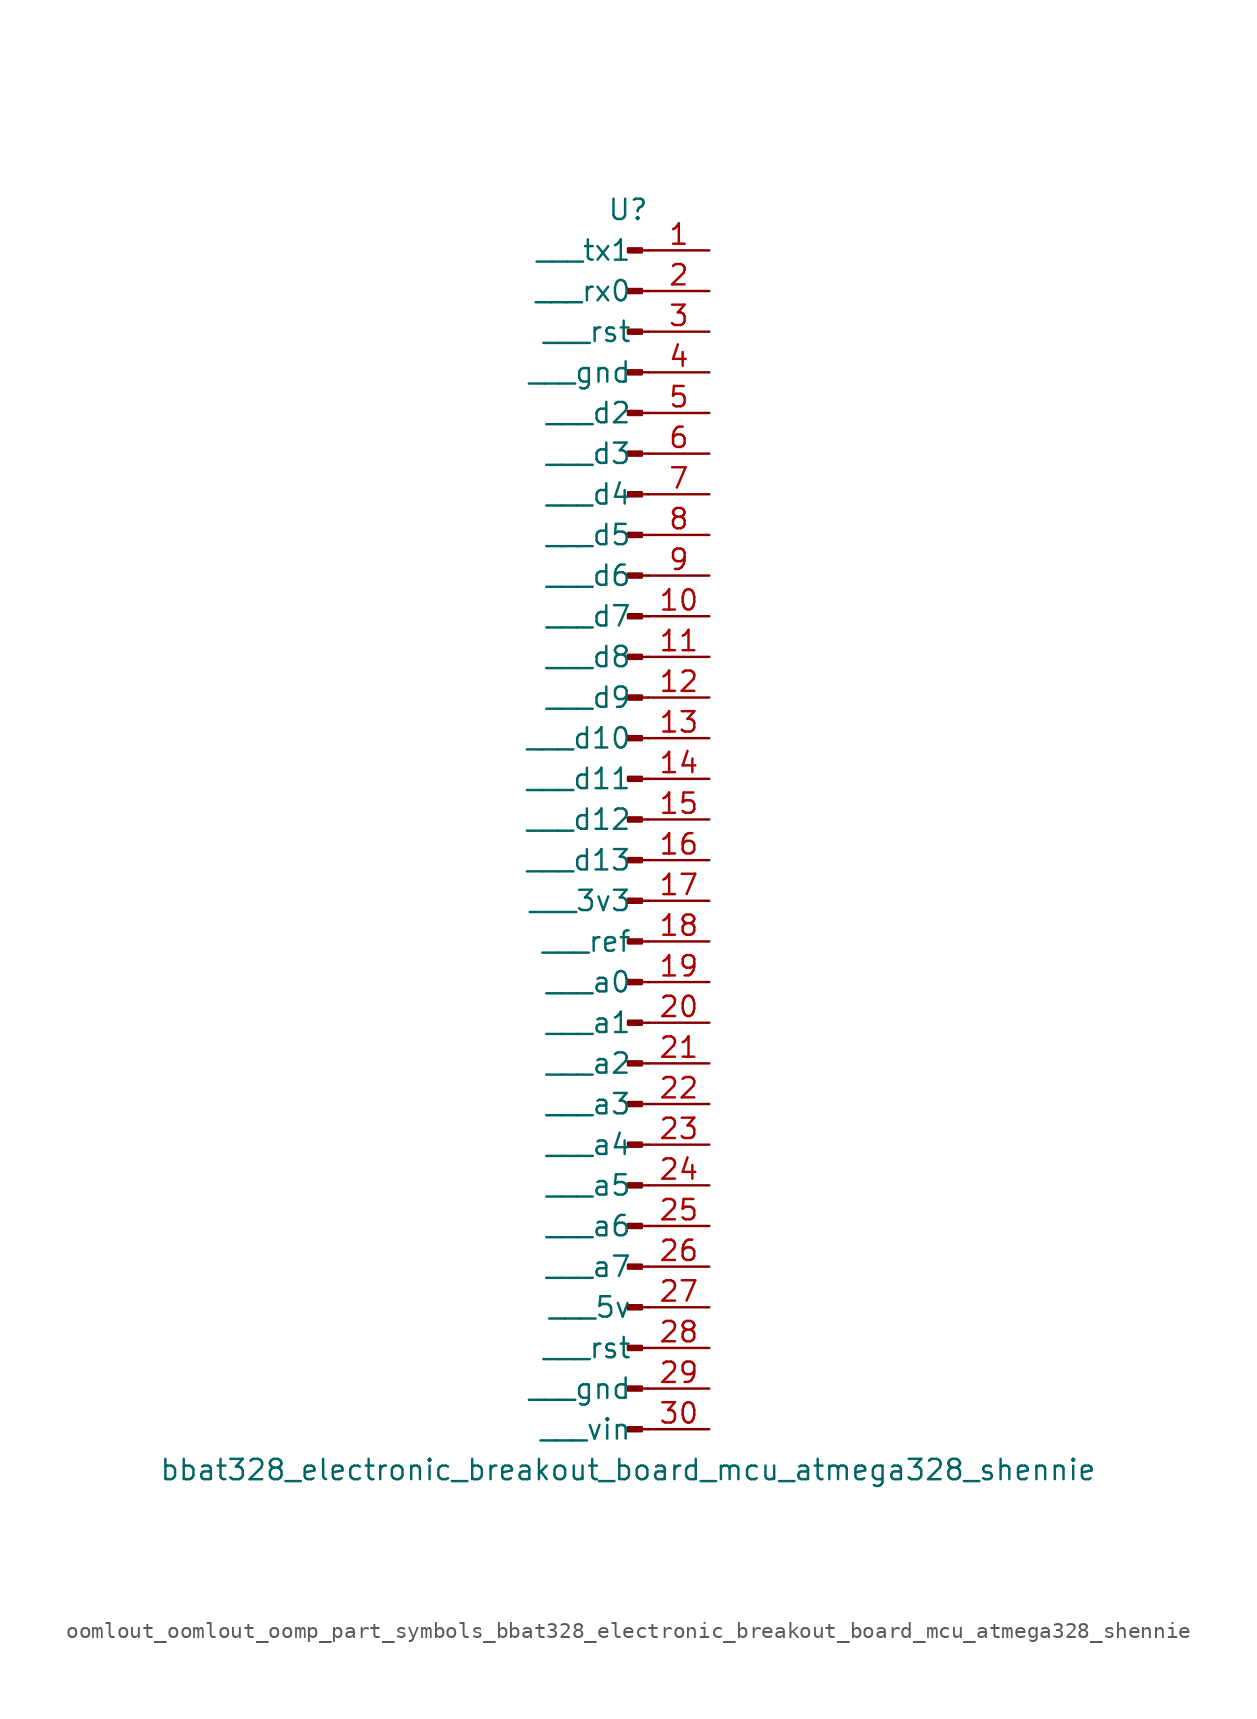
<source format=kicad_sym>
(kicad_symbol_lib
  (version 20220914)
  (generator kicad_symbol_editor)
  (symbol "oomlout_oomlout_oomp_part_symbols_bbat328_electronic_breakout_board_mcu_atmega328_shennie"
    (pin_names
      (offset 1.016))
    (property "Reference" "U"
      (at 0 38.1 0)
      (effects (font (size 1.27 1.27))))
    (property "Value" "bbat328_electronic_breakout_board_mcu_atmega328_shennie"
      (at 0 -40.64 0)
      (effects (font (size 1.27 1.27))))
    (property "ki_locked" ""
      (at 0 0 0)
      (effects (font (size 1.27 1.27))))
    (symbol "oomlout_oomlout_oomp_part_symbols_bbat328_electronic_breakout_board_mcu_atmega328_shennie_1_1"
      (polyline (pts (xy 1.27 -38.1) (xy 0.864 -38.1)) (stroke (width 0.152) (type default)) (fill (type none)))
      (polyline (pts (xy 1.27 -35.56) (xy 0.864 -35.56)) (stroke (width 0.152) (type default)) (fill (type none)))
      (polyline (pts (xy 1.27 -33.02) (xy 0.864 -33.02)) (stroke (width 0.152) (type default)) (fill (type none)))
      (polyline (pts (xy 1.27 -30.48) (xy 0.864 -30.48)) (stroke (width 0.152) (type default)) (fill (type none)))
      (polyline (pts (xy 1.27 -27.94) (xy 0.864 -27.94)) (stroke (width 0.152) (type default)) (fill (type none)))
      (polyline (pts (xy 1.27 -25.4) (xy 0.864 -25.4)) (stroke (width 0.152) (type default)) (fill (type none)))
      (polyline (pts (xy 1.27 -22.86) (xy 0.864 -22.86)) (stroke (width 0.152) (type default)) (fill (type none)))
      (polyline (pts (xy 1.27 -20.32) (xy 0.864 -20.32)) (stroke (width 0.152) (type default)) (fill (type none)))
      (polyline (pts (xy 1.27 -17.78) (xy 0.864 -17.78)) (stroke (width 0.152) (type default)) (fill (type none)))
      (polyline (pts (xy 1.27 -15.24) (xy 0.864 -15.24)) (stroke (width 0.152) (type default)) (fill (type none)))
      (polyline (pts (xy 1.27 -12.7) (xy 0.864 -12.7)) (stroke (width 0.152) (type default)) (fill (type none)))
      (polyline (pts (xy 1.27 -10.16) (xy 0.864 -10.16)) (stroke (width 0.152) (type default)) (fill (type none)))
      (polyline (pts (xy 1.27 -7.62) (xy 0.864 -7.62)) (stroke (width 0.152) (type default)) (fill (type none)))
      (polyline (pts (xy 1.27 -5.08) (xy 0.864 -5.08)) (stroke (width 0.152) (type default)) (fill (type none)))
      (polyline (pts (xy 1.27 -2.54) (xy 0.864 -2.54)) (stroke (width 0.152) (type default)) (fill (type none)))
      (polyline (pts (xy 1.27 0) (xy 0.864 0)) (stroke (width 0.152) (type default)) (fill (type none)))
      (polyline (pts (xy 1.27 2.54) (xy 0.864 2.54)) (stroke (width 0.152) (type default)) (fill (type none)))
      (polyline (pts (xy 1.27 5.08) (xy 0.864 5.08)) (stroke (width 0.152) (type default)) (fill (type none)))
      (polyline (pts (xy 1.27 7.62) (xy 0.864 7.62)) (stroke (width 0.152) (type default)) (fill (type none)))
      (polyline (pts (xy 1.27 10.16) (xy 0.864 10.16)) (stroke (width 0.152) (type default)) (fill (type none)))
      (polyline (pts (xy 1.27 12.7) (xy 0.864 12.7)) (stroke (width 0.152) (type default)) (fill (type none)))
      (polyline (pts (xy 1.27 15.24) (xy 0.864 15.24)) (stroke (width 0.152) (type default)) (fill (type none)))
      (polyline (pts (xy 1.27 17.78) (xy 0.864 17.78)) (stroke (width 0.152) (type default)) (fill (type none)))
      (polyline (pts (xy 1.27 20.32) (xy 0.864 20.32)) (stroke (width 0.152) (type default)) (fill (type none)))
      (polyline (pts (xy 1.27 22.86) (xy 0.864 22.86)) (stroke (width 0.152) (type default)) (fill (type none)))
      (polyline (pts (xy 1.27 25.4) (xy 0.864 25.4)) (stroke (width 0.152) (type default)) (fill (type none)))
      (polyline (pts (xy 1.27 27.94) (xy 0.864 27.94)) (stroke (width 0.152) (type default)) (fill (type none)))
      (polyline (pts (xy 1.27 30.48) (xy 0.864 30.48)) (stroke (width 0.152) (type default)) (fill (type none)))
      (polyline (pts (xy 1.27 33.02) (xy 0.864 33.02)) (stroke (width 0.152) (type default)) (fill (type none)))
      (polyline (pts (xy 1.27 35.56) (xy 0.864 35.56)) (stroke (width 0.152) (type default)) (fill (type none)))
      (rectangle (start 0.864 -37.973) (end 0 -38.227) (stroke (width 0.152) (type default)) (fill (type outline)))
      (rectangle (start 0.864 -35.433) (end 0 -35.687) (stroke (width 0.152) (type default)) (fill (type outline)))
      (rectangle (start 0.864 -32.893) (end 0 -33.147) (stroke (width 0.152) (type default)) (fill (type outline)))
      (rectangle (start 0.864 -30.353) (end 0 -30.607) (stroke (width 0.152) (type default)) (fill (type outline)))
      (rectangle (start 0.864 -27.813) (end 0 -28.067) (stroke (width 0.152) (type default)) (fill (type outline)))
      (rectangle (start 0.864 -25.273) (end 0 -25.527) (stroke (width 0.152) (type default)) (fill (type outline)))
      (rectangle (start 0.864 -22.733) (end 0 -22.987) (stroke (width 0.152) (type default)) (fill (type outline)))
      (rectangle (start 0.864 -20.193) (end 0 -20.447) (stroke (width 0.152) (type default)) (fill (type outline)))
      (rectangle (start 0.864 -17.653) (end 0 -17.907) (stroke (width 0.152) (type default)) (fill (type outline)))
      (rectangle (start 0.864 -15.113) (end 0 -15.367) (stroke (width 0.152) (type default)) (fill (type outline)))
      (rectangle (start 0.864 -12.573) (end 0 -12.827) (stroke (width 0.152) (type default)) (fill (type outline)))
      (rectangle (start 0.864 -10.033) (end 0 -10.287) (stroke (width 0.152) (type default)) (fill (type outline)))
      (rectangle (start 0.864 -7.493) (end 0 -7.747) (stroke (width 0.152) (type default)) (fill (type outline)))
      (rectangle (start 0.864 -4.953) (end 0 -5.207) (stroke (width 0.152) (type default)) (fill (type outline)))
      (rectangle (start 0.864 -2.413) (end 0 -2.667) (stroke (width 0.152) (type default)) (fill (type outline)))
      (rectangle (start 0.864 0.127) (end 0 -0.127) (stroke (width 0.152) (type default)) (fill (type outline)))
      (rectangle (start 0.864 2.667) (end 0 2.413) (stroke (width 0.152) (type default)) (fill (type outline)))
      (rectangle (start 0.864 5.207) (end 0 4.953) (stroke (width 0.152) (type default)) (fill (type outline)))
      (rectangle (start 0.864 7.747) (end 0 7.493) (stroke (width 0.152) (type default)) (fill (type outline)))
      (rectangle (start 0.864 10.287) (end 0 10.033) (stroke (width 0.152) (type default)) (fill (type outline)))
      (rectangle (start 0.864 12.827) (end 0 12.573) (stroke (width 0.152) (type default)) (fill (type outline)))
      (rectangle (start 0.864 15.367) (end 0 15.113) (stroke (width 0.152) (type default)) (fill (type outline)))
      (rectangle (start 0.864 17.907) (end 0 17.653) (stroke (width 0.152) (type default)) (fill (type outline)))
      (rectangle (start 0.864 20.447) (end 0 20.193) (stroke (width 0.152) (type default)) (fill (type outline)))
      (rectangle (start 0.864 22.987) (end 0 22.733) (stroke (width 0.152) (type default)) (fill (type outline)))
      (rectangle (start 0.864 25.527) (end 0 25.273) (stroke (width 0.152) (type default)) (fill (type outline)))
      (rectangle (start 0.864 28.067) (end 0 27.813) (stroke (width 0.152) (type default)) (fill (type outline)))
      (rectangle (start 0.864 30.607) (end 0 30.353) (stroke (width 0.152) (type default)) (fill (type outline)))
      (rectangle (start 0.864 33.147) (end 0 32.893) (stroke (width 0.152) (type default)) (fill (type outline)))
      (rectangle (start 0.864 35.687) (end 0 35.433) (stroke (width 0.152) (type default)) (fill (type outline)))
      (pin passive line (at 5.08 35.56 180) (length 3.81) (name "   tx1" (effects (font (size 1.27 1.27)))) (number "1" (effects (font (size 1.27 1.27)))))
      (pin passive line (at 5.08 12.7 180) (length 3.81) (name "   d7" (effects (font (size 1.27 1.27)))) (number "10" (effects (font (size 1.27 1.27)))))
      (pin passive line (at 5.08 10.16 180) (length 3.81) (name "   d8" (effects (font (size 1.27 1.27)))) (number "11" (effects (font (size 1.27 1.27)))))
      (pin passive line (at 5.08 7.62 180) (length 3.81) (name "   d9" (effects (font (size 1.27 1.27)))) (number "12" (effects (font (size 1.27 1.27)))))
      (pin passive line (at 5.08 5.08 180) (length 3.81) (name "   d10" (effects (font (size 1.27 1.27)))) (number "13" (effects (font (size 1.27 1.27)))))
      (pin passive line (at 5.08 2.54 180) (length 3.81) (name "   d11" (effects (font (size 1.27 1.27)))) (number "14" (effects (font (size 1.27 1.27)))))
      (pin passive line (at 5.08 0 180) (length 3.81) (name "   d12" (effects (font (size 1.27 1.27)))) (number "15" (effects (font (size 1.27 1.27)))))
      (pin passive line (at 5.08 -2.54 180) (length 3.81) (name "   d13" (effects (font (size 1.27 1.27)))) (number "16" (effects (font (size 1.27 1.27)))))
      (pin passive line (at 5.08 -5.08 180) (length 3.81) (name "   3v3" (effects (font (size 1.27 1.27)))) (number "17" (effects (font (size 1.27 1.27)))))
      (pin passive line (at 5.08 -7.62 180) (length 3.81) (name "   ref" (effects (font (size 1.27 1.27)))) (number "18" (effects (font (size 1.27 1.27)))))
      (pin passive line (at 5.08 -10.16 180) (length 3.81) (name "   a0" (effects (font (size 1.27 1.27)))) (number "19" (effects (font (size 1.27 1.27)))))
      (pin passive line (at 5.08 33.02 180) (length 3.81) (name "   rx0" (effects (font (size 1.27 1.27)))) (number "2" (effects (font (size 1.27 1.27)))))
      (pin passive line (at 5.08 -12.7 180) (length 3.81) (name "   a1" (effects (font (size 1.27 1.27)))) (number "20" (effects (font (size 1.27 1.27)))))
      (pin passive line (at 5.08 -15.24 180) (length 3.81) (name "   a2" (effects (font (size 1.27 1.27)))) (number "21" (effects (font (size 1.27 1.27)))))
      (pin passive line (at 5.08 -17.78 180) (length 3.81) (name "   a3" (effects (font (size 1.27 1.27)))) (number "22" (effects (font (size 1.27 1.27)))))
      (pin passive line (at 5.08 -20.32 180) (length 3.81) (name "   a4" (effects (font (size 1.27 1.27)))) (number "23" (effects (font (size 1.27 1.27)))))
      (pin passive line (at 5.08 -22.86 180) (length 3.81) (name "   a5" (effects (font (size 1.27 1.27)))) (number "24" (effects (font (size 1.27 1.27)))))
      (pin passive line (at 5.08 -25.4 180) (length 3.81) (name "   a6" (effects (font (size 1.27 1.27)))) (number "25" (effects (font (size 1.27 1.27)))))
      (pin passive line (at 5.08 -27.94 180) (length 3.81) (name "   a7" (effects (font (size 1.27 1.27)))) (number "26" (effects (font (size 1.27 1.27)))))
      (pin passive line (at 5.08 -30.48 180) (length 3.81) (name "   5v" (effects (font (size 1.27 1.27)))) (number "27" (effects (font (size 1.27 1.27)))))
      (pin passive line (at 5.08 -33.02 180) (length 3.81) (name "   rst" (effects (font (size 1.27 1.27)))) (number "28" (effects (font (size 1.27 1.27)))))
      (pin passive line (at 5.08 -35.56 180) (length 3.81) (name "   gnd" (effects (font (size 1.27 1.27)))) (number "29" (effects (font (size 1.27 1.27)))))
      (pin passive line (at 5.08 30.48 180) (length 3.81) (name "   rst" (effects (font (size 1.27 1.27)))) (number "3" (effects (font (size 1.27 1.27)))))
      (pin passive line (at 5.08 -38.1 180) (length 3.81) (name "   vin" (effects (font (size 1.27 1.27)))) (number "30" (effects (font (size 1.27 1.27)))))
      (pin passive line (at 5.08 27.94 180) (length 3.81) (name "   gnd" (effects (font (size 1.27 1.27)))) (number "4" (effects (font (size 1.27 1.27)))))
      (pin passive line (at 5.08 25.4 180) (length 3.81) (name "   d2" (effects (font (size 1.27 1.27)))) (number "5" (effects (font (size 1.27 1.27)))))
      (pin passive line (at 5.08 22.86 180) (length 3.81) (name "   d3" (effects (font (size 1.27 1.27)))) (number "6" (effects (font (size 1.27 1.27)))))
      (pin passive line (at 5.08 20.32 180) (length 3.81) (name "   d4" (effects (font (size 1.27 1.27)))) (number "7" (effects (font (size 1.27 1.27)))))
      (pin passive line (at 5.08 17.78 180) (length 3.81) (name "   d5" (effects (font (size 1.27 1.27)))) (number "8" (effects (font (size 1.27 1.27)))))
      (pin passive line (at 5.08 15.24 180) (length 3.81) (name "   d6" (effects (font (size 1.27 1.27)))) (number "9" (effects (font (size 1.27 1.27))))))))
</source>
